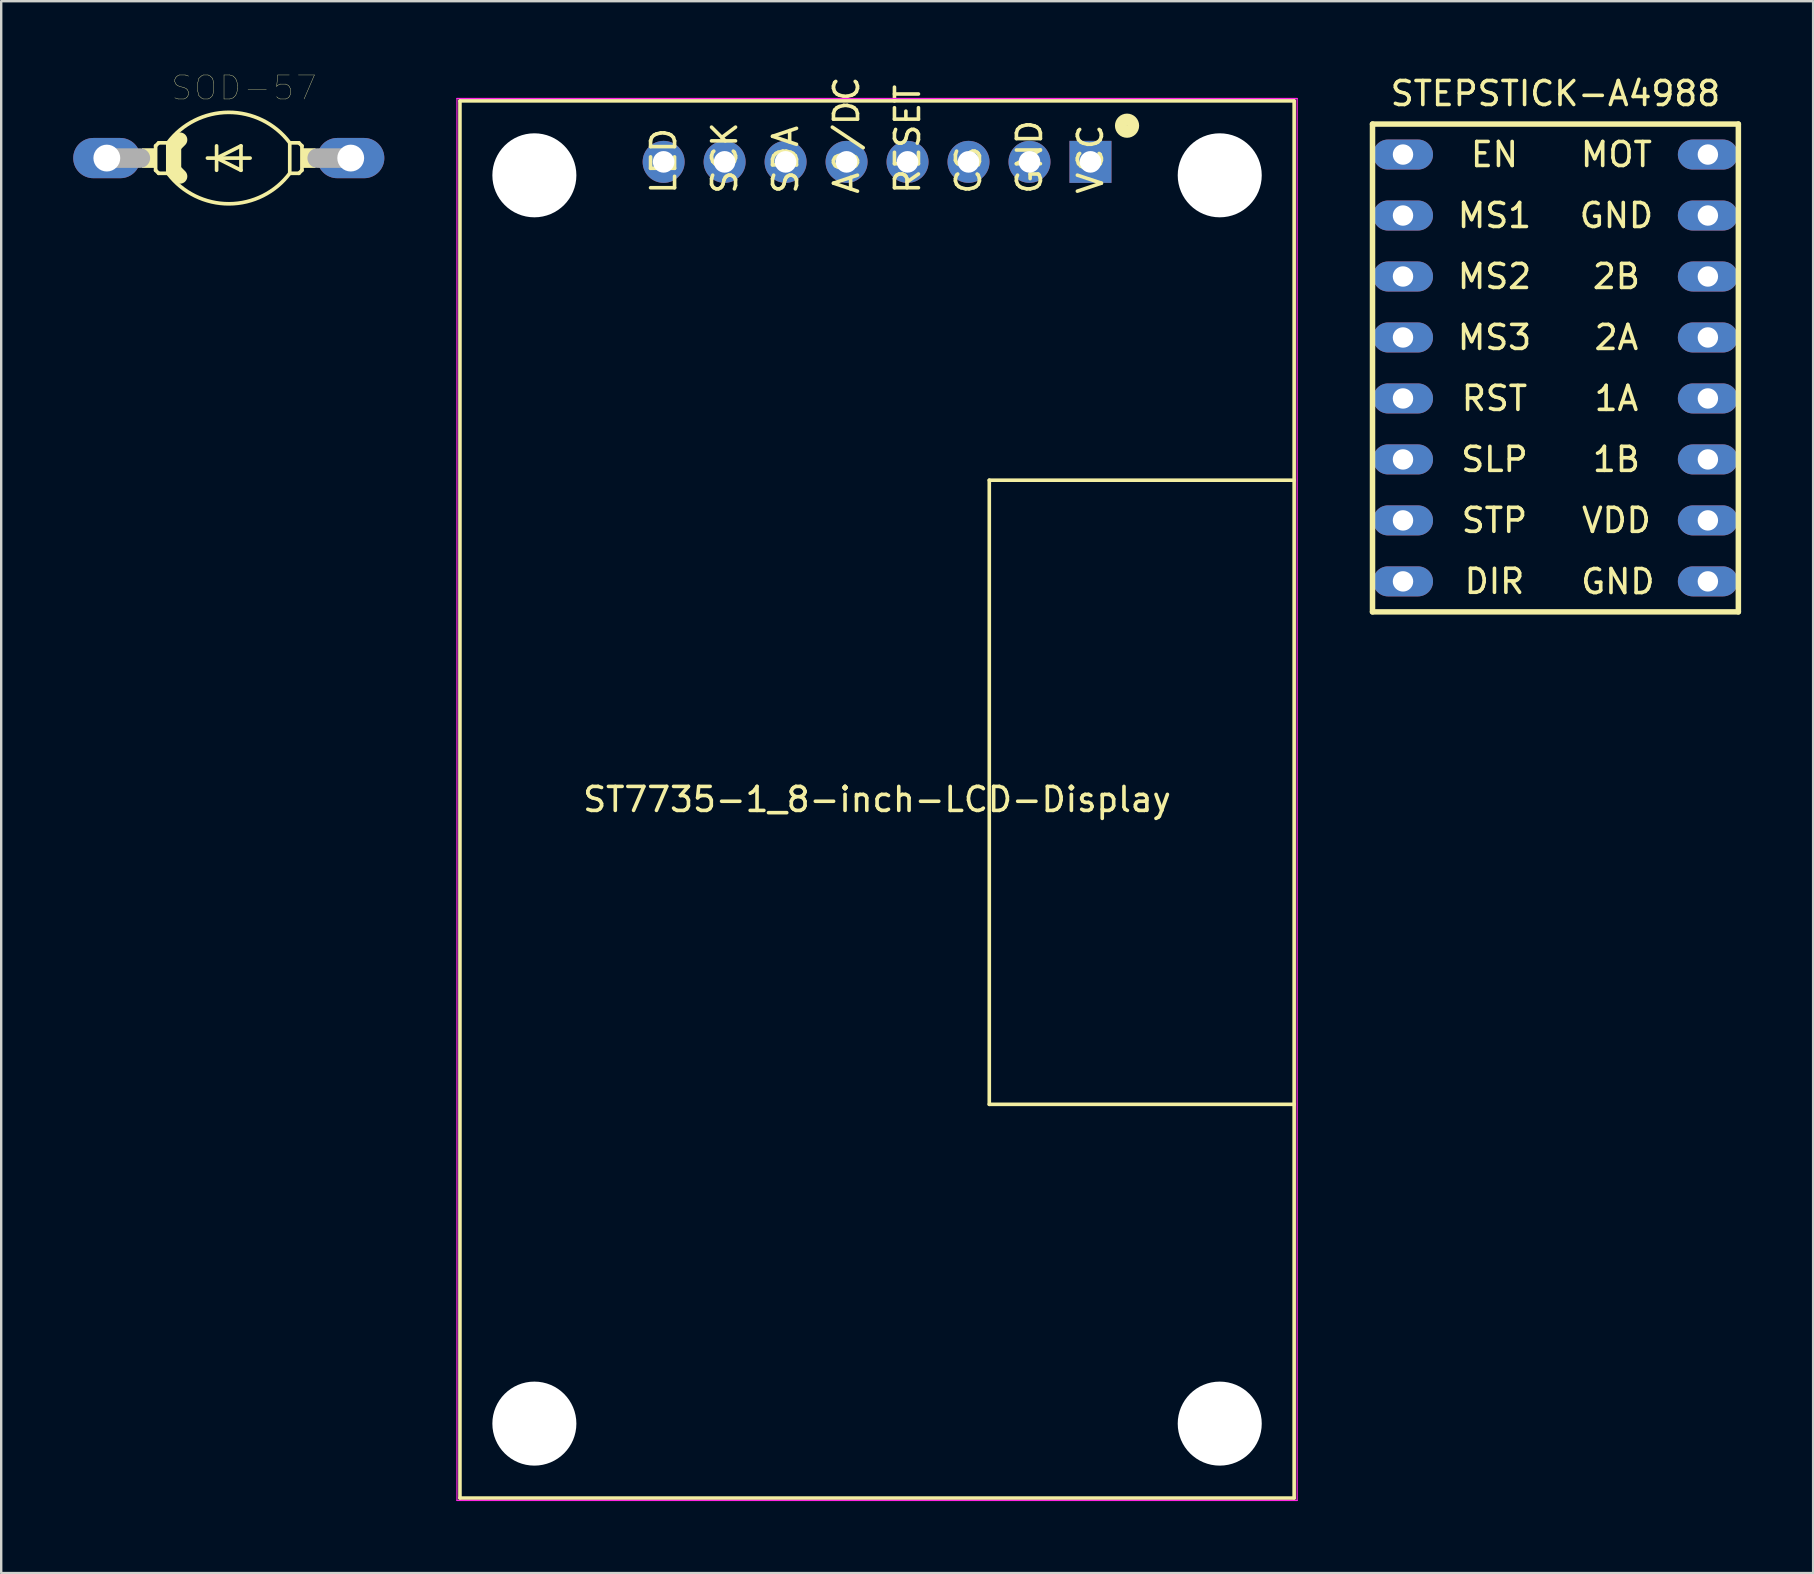
<source format=kicad_pcb>
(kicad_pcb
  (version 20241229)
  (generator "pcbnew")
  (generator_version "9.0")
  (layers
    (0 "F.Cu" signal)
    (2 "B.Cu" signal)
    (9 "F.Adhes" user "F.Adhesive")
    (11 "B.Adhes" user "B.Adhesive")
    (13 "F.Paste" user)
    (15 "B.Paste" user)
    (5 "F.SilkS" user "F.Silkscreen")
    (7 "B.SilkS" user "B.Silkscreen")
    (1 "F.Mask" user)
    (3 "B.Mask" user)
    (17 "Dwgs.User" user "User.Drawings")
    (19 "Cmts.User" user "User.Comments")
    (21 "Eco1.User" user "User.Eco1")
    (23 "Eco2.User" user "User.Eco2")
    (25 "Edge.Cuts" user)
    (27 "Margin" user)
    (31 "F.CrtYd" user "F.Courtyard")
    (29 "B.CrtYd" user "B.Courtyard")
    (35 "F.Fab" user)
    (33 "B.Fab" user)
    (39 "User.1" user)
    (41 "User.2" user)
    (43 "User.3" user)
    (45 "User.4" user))
  (footprint "SOD-57"
    (layer "F.Cu")
    (at 6.48 3.535)
    (property "Reference" "SOD-57" (at 0.636 -2.924 0) (layer "F.SilkS") (effects (font (size 1.001 1.001) (thickness 0.015))))
    (attr through_hole)
    (fp_line (start -3.048 -0.508) (end -2.921 -0.635) (stroke (width 0.152) (type solid)) (layer "F.SilkS"))
    (fp_line (start -3.048 0.508) (end -3.048 -0.508) (stroke (width 0.152) (type solid)) (layer "F.SilkS"))
    (fp_line (start -3.048 0.508) (end -2.921 0.635) (stroke (width 0.152) (type solid)) (layer "F.SilkS"))
    (fp_line (start -2.54 -0.635) (end -2.921 -0.635) (stroke (width 0.152) (type solid)) (layer "F.SilkS"))
    (fp_line (start -2.54 -0.635) (end -2.54 0.635) (stroke (width 0.152) (type solid)) (layer "F.SilkS"))
    (fp_line (start -2.54 0.635) (end -2.921 0.635) (stroke (width 0.152) (type solid)) (layer "F.SilkS"))
    (fp_line (start -2.286 -0.508) (end -2.286 0.508) (stroke (width 0.61) (type solid)) (layer "F.SilkS"))
    (fp_line (start -2.286 -0.508) (end -2.032 -0.762) (stroke (width 0.61) (type solid)) (layer "F.SilkS"))
    (fp_line (start -2.032 0.762) (end -2.286 0.508) (stroke (width 0.61) (type solid)) (layer "F.SilkS"))
    (fp_line (start -0.889 0) (end -0.508 0) (stroke (width 0.152) (type solid)) (layer "F.SilkS"))
    (fp_line (start -0.508 -0.508) (end -0.508 0) (stroke (width 0.152) (type solid)) (layer "F.SilkS"))
    (fp_line (start -0.508 0) (end -0.508 0.508) (stroke (width 0.152) (type solid)) (layer "F.SilkS"))
    (fp_line (start -0.508 0) (end 0.508 -0.508) (stroke (width 0.152) (type solid)) (layer "F.SilkS"))
    (fp_line (start -0.508 0) (end 0.889 0) (stroke (width 0.152) (type solid)) (layer "F.SilkS"))
    (fp_line (start 0.508 -0.508) (end 0.508 0.508) (stroke (width 0.152) (type solid)) (layer "F.SilkS"))
    (fp_line (start 0.508 0.508) (end -0.508 0) (stroke (width 0.152) (type solid)) (layer "F.SilkS"))
    (fp_line (start 2.54 -0.635) (end 2.54 0.635) (stroke (width 0.152) (type solid)) (layer "F.SilkS"))
    (fp_line (start 2.54 -0.635) (end 2.921 -0.635) (stroke (width 0.152) (type solid)) (layer "F.SilkS"))
    (fp_line (start 2.54 0.635) (end 2.921 0.635) (stroke (width 0.152) (type solid)) (layer "F.SilkS"))
    (fp_line (start 3.048 -0.508) (end 2.921 -0.635) (stroke (width 0.152) (type solid)) (layer "F.SilkS"))
    (fp_line (start 3.048 0.508) (end 2.921 0.635) (stroke (width 0.152) (type solid)) (layer "F.SilkS"))
    (fp_line (start 3.048 0.508) (end 3.048 -0.508) (stroke (width 0.152) (type solid)) (layer "F.SilkS"))
    (fp_arc (start -2.54 -0.634999) (mid -0.012028 -1.904982) (end 2.5255 -0.6542) (stroke (width 0.1524) (type solid)) (layer "F.SilkS"))
    (fp_arc (start 2.54 0.635) (mid 0.012027 1.904982) (end -2.5255 0.654199) (stroke (width 0.1524) (type solid)) (layer "F.SilkS"))
    (fp_poly (pts (xy -3.612 -0.406) (xy -3.048 -0.406) (xy -3.048 0.407) (xy -3.612 0.407)) (stroke (width 0.01) (type solid)) (fill yes) (layer "F.SilkS"))
    (fp_poly (pts (xy 3.052 -0.406) (xy 3.607 -0.406) (xy 3.607 0.407) (xy 3.052 0.407)) (stroke (width 0.01) (type solid)) (fill yes) (layer "F.SilkS"))
    (fp_line (start -5.08 0) (end -3.683 0) (stroke (width 0.813) (type solid)) (layer "F.Fab"))
    (fp_line (start 5.08 0) (end 3.683 0) (stroke (width 0.813) (type solid)) (layer "F.Fab"))
    (pad "1" thru_hole oval (at -5.08 0) (size 2.8 1.676) (drill 1.118) (layers "*.Cu" "*.Mask"))
    (pad "2" thru_hole oval (at 5.08 0) (size 2.8 1.676) (drill 1.118) (layers "*.Cu" "*.Mask")))
  (footprint "ST7735-1_8-inch-LCD-Display"
    (layer "F.Cu")
    (at 33.485 30.253)
    (property "Reference" "ST7735-1_8-inch-LCD-Display" (at 0 0 0) (layer "F.SilkS") (effects (font (size 1 1) (thickness 0.15))))
    (attr through_hole)
    (fp_line (start -17.375 -29.1) (end 17.375 -29.1) (stroke (width 0.15) (type solid)) (layer "F.SilkS"))
    (fp_line (start -17.375 29.1) (end -17.375 -29.1) (stroke (width 0.15) (type solid)) (layer "F.SilkS"))
    (fp_line (start 4.675 12.7) (end 4.675 -13.3) (stroke (width 0.15) (type solid)) (layer "F.SilkS"))
    (fp_line (start 17.375 -29.1) (end 17.375 29.1) (stroke (width 0.15) (type solid)) (layer "F.SilkS"))
    (fp_line (start 17.375 -13.3) (end 4.675 -13.3) (stroke (width 0.15) (type solid)) (layer "F.SilkS"))
    (fp_line (start 17.375 12.7) (end 4.675 12.7) (stroke (width 0.15) (type solid)) (layer "F.SilkS"))
    (fp_line (start 17.375 29.1) (end -17.375 29.1) (stroke (width 0.15) (type solid)) (layer "F.SilkS"))
    (fp_circle (center 10.414 -28.067) (end 10.668 -28.067) (stroke (width 0.5) (type solid)) (fill no) (layer "F.SilkS"))
    (fp_line (start -17.5 -29.2) (end 17.5 -29.2) (stroke (width 0.05) (type solid)) (layer "F.CrtYd"))
    (fp_line (start -17.5 29.2) (end -17.5 -29.2) (stroke (width 0.05) (type solid)) (layer "F.CrtYd"))
    (fp_line (start 17.5 -29.2) (end 17.5 29.2) (stroke (width 0.05) (type solid)) (layer "F.CrtYd"))
    (fp_line (start 17.5 29.2) (end -17.5 29.2) (stroke (width 0.05) (type solid)) (layer "F.CrtYd"))
    (fp_text user "SCK" (at -6.35 -25.146 270) (layer "F.SilkS") (effects (font (size 1 1) (thickness 0.15)) (justify left)))
    (fp_text user "CS" (at 3.81 -25.146 270) (layer "F.SilkS") (effects (font (size 1 1) (thickness 0.15)) (justify left)))
    (fp_text user "GND" (at 6.35 -25.146 270) (layer "F.SilkS") (effects (font (size 1 1) (thickness 0.15)) (justify left)))
    (fp_text user "VCC" (at 8.89 -25.146 270) (layer "F.SilkS") (effects (font (size 1 1) (thickness 0.15)) (justify left)))
    (fp_text user "SDA" (at -3.81 -25.146 270) (layer "F.SilkS") (effects (font (size 1 1) (thickness 0.15)) (justify left)))
    (fp_text user "LED" (at -8.89 -25.146 270) (layer "F.SilkS") (effects (font (size 1 1) (thickness 0.15)) (justify left)))
    (fp_text user "RESET" (at 1.27 -25.146 270) (layer "F.SilkS") (effects (font (size 1 1) (thickness 0.15)) (justify left)))
    (fp_text user "A0/DC" (at -1.27 -25.146 270) (layer "F.SilkS") (effects (font (size 1 1) (thickness 0.15)) (justify left)))
    (pad "" np_thru_hole circle (at -14.275 -26) (size 3.5 3.5) (drill 3.5) (layers "*.Cu" "*.Mask"))
    (pad "" np_thru_hole circle (at -14.275 26) (size 3.5 3.5) (drill 3.5) (layers "*.Cu" "*.Mask"))
    (pad "" np_thru_hole circle (at 14.275 -26) (size 3.5 3.5) (drill 3.5) (layers "*.Cu" "*.Mask"))
    (pad "" np_thru_hole circle (at 14.275 26) (size 3.5 3.5) (drill 3.5) (layers "*.Cu" "*.Mask"))
    (pad "1" thru_hole rect (at 8.89 -26.56) (size 1.75 1.75) (drill 0.9) (layers "*.Cu" "*.Mask"))
    (pad "2" thru_hole circle (at 6.35 -26.56) (size 1.75 1.75) (drill 0.9) (layers "*.Cu" "*.Mask"))
    (pad "3" thru_hole circle (at 3.81 -26.56) (size 1.75 1.75) (drill 0.9) (layers "*.Cu" "*.Mask"))
    (pad "4" thru_hole circle (at 1.27 -26.56) (size 1.75 1.75) (drill 0.9) (layers "*.Cu" "*.Mask"))
    (pad "5" thru_hole circle (at -1.27 -26.56) (size 1.75 1.75) (drill 0.9) (layers "*.Cu" "*.Mask"))
    (pad "6" thru_hole circle (at -3.81 -26.56) (size 1.75 1.75) (drill 0.9) (layers "*.Cu" "*.Mask"))
    (pad "7" thru_hole circle (at -6.35 -26.56) (size 1.75 1.75) (drill 0.9) (layers "*.Cu" "*.Mask"))
    (pad "8" thru_hole circle (at -8.89 -26.56) (size 1.75 1.75) (drill 0.9) (layers "*.Cu" "*.Mask")))
  (footprint "STEPSTICK-A4988"
    (layer "F.Cu")
    (at 61.744 12.278)
    (property "Reference" "STEPSTICK-A4988" (at 0 -11.43 0) (layer "F.SilkS") (effects (font (size 1 1) (thickness 0.15))))
    (attr through_hole)
    (fp_line (start -7.62 -10.16) (end -7.62 10.16) (stroke (width 0.229) (type solid)) (layer "F.SilkS"))
    (fp_line (start -7.62 10.16) (end 7.62 10.16) (stroke (width 0.229) (type solid)) (layer "F.SilkS"))
    (fp_line (start 7.62 -10.16) (end -7.62 -10.16) (stroke (width 0.229) (type solid)) (layer "F.SilkS"))
    (fp_line (start 7.62 10.16) (end 7.62 -10.16) (stroke (width 0.229) (type solid)) (layer "F.SilkS"))
    (fp_text user "2A" (at 2.54 -1.27 0) (layer "F.SilkS") (effects (font (size 1 1) (thickness 0.15))))
    (fp_text user "GND" (at 2.6 8.9 0) (layer "F.SilkS") (effects (font (size 1 1) (thickness 0.15))))
    (fp_text user "MS1" (at -2.54 -6.35 0) (layer "F.SilkS") (effects (font (size 1 1) (thickness 0.15))))
    (fp_text user "RST" (at -2.54 1.27 0) (layer "F.SilkS") (effects (font (size 1 1) (thickness 0.15))))
    (fp_text user "1A" (at 2.54 1.27 0) (layer "F.SilkS") (effects (font (size 1 1) (thickness 0.15))))
    (fp_text user "VDD" (at 2.54 6.35 0) (layer "F.SilkS") (effects (font (size 1 1) (thickness 0.15))))
    (fp_text user "MOT" (at 2.54 -8.89 0) (layer "F.SilkS") (effects (font (size 1 1) (thickness 0.15))))
    (fp_text user "DIR" (at -2.54 8.89 0) (layer "F.SilkS") (effects (font (size 1 1) (thickness 0.15))))
    (fp_text user "SLP" (at -2.54 3.81 0) (layer "F.SilkS") (effects (font (size 1 1) (thickness 0.15))))
    (fp_text user "GND" (at 2.54 -6.35 0) (layer "F.SilkS") (effects (font (size 1 1) (thickness 0.15))))
    (fp_text user "MS2" (at -2.54 -3.81 0) (layer "F.SilkS") (effects (font (size 1 1) (thickness 0.15))))
    (fp_text user "2B" (at 2.54 -3.81 0) (layer "F.SilkS") (effects (font (size 1 1) (thickness 0.15))))
    (fp_text user "1B" (at 2.54 3.81 0) (layer "F.SilkS") (effects (font (size 1 1) (thickness 0.15))))
    (fp_text user "STP" (at -2.54 6.35 0) (layer "F.SilkS") (effects (font (size 1 1) (thickness 0.15))))
    (fp_text user "MS3" (at -2.54 -1.27 0) (layer "F.SilkS") (effects (font (size 1 1) (thickness 0.15))))
    (fp_text user "EN" (at -2.54 -8.89 0) (layer "F.SilkS") (effects (font (size 1 1) (thickness 0.15))))
    (pad "1" thru_hole oval (at -6.35 -8.89) (size 2.5 1.25) (drill 0.85) (layers "*.Cu" "*.Mask"))
    (pad "2" thru_hole oval (at -6.35 -6.35) (size 2.5 1.25) (drill 0.85) (layers "*.Cu" "*.Mask"))
    (pad "3" thru_hole oval (at -6.35 -3.81) (size 2.5 1.25) (drill 0.85) (layers "*.Cu" "*.Mask"))
    (pad "4" thru_hole oval (at -6.35 -1.27) (size 2.5 1.25) (drill 0.85) (layers "*.Cu" "*.Mask"))
    (pad "5" thru_hole oval (at -6.35 1.27) (size 2.5 1.25) (drill 0.85) (layers "*.Cu" "*.Mask"))
    (pad "6" thru_hole oval (at -6.35 3.81) (size 2.5 1.25) (drill 0.85) (layers "*.Cu" "*.Mask"))
    (pad "7" thru_hole oval (at -6.35 6.35) (size 2.5 1.25) (drill 0.85) (layers "*.Cu" "*.Mask"))
    (pad "8" thru_hole oval (at -6.35 8.89) (size 2.5 1.25) (drill 0.85) (layers "*.Cu" "*.Mask"))
    (pad "9" thru_hole oval (at 6.35 8.89) (size 2.5 1.25) (drill 0.85) (layers "*.Cu" "*.Mask"))
    (pad "10" thru_hole oval (at 6.35 6.35) (size 2.5 1.25) (drill 0.85) (layers "*.Cu" "*.Mask"))
    (pad "11" thru_hole oval (at 6.35 3.81) (size 2.5 1.25) (drill 0.85) (layers "*.Cu" "*.Mask"))
    (pad "12" thru_hole oval (at 6.35 1.27) (size 2.5 1.25) (drill 0.85) (layers "*.Cu" "*.Mask"))
    (pad "13" thru_hole oval (at 6.35 -1.27) (size 2.5 1.25) (drill 0.85) (layers "*.Cu" "*.Mask"))
    (pad "14" thru_hole oval (at 6.35 -3.81) (size 2.5 1.25) (drill 0.85) (layers "*.Cu" "*.Mask"))
    (pad "15" thru_hole oval (at 6.35 -6.35) (size 2.5 1.25) (drill 0.85) (layers "*.Cu" "*.Mask"))
    (pad "16" thru_hole oval (at 6.35 -8.89) (size 2.5 1.25) (drill 0.85) (layers "*.Cu" "*.Mask")))
  (gr_rect
    (start -3 -3)
    (end 72.479 62.478)
    (stroke (width 0.1) (type default))
    (fill no)
    (layer "Edge.Cuts")))
</source>
